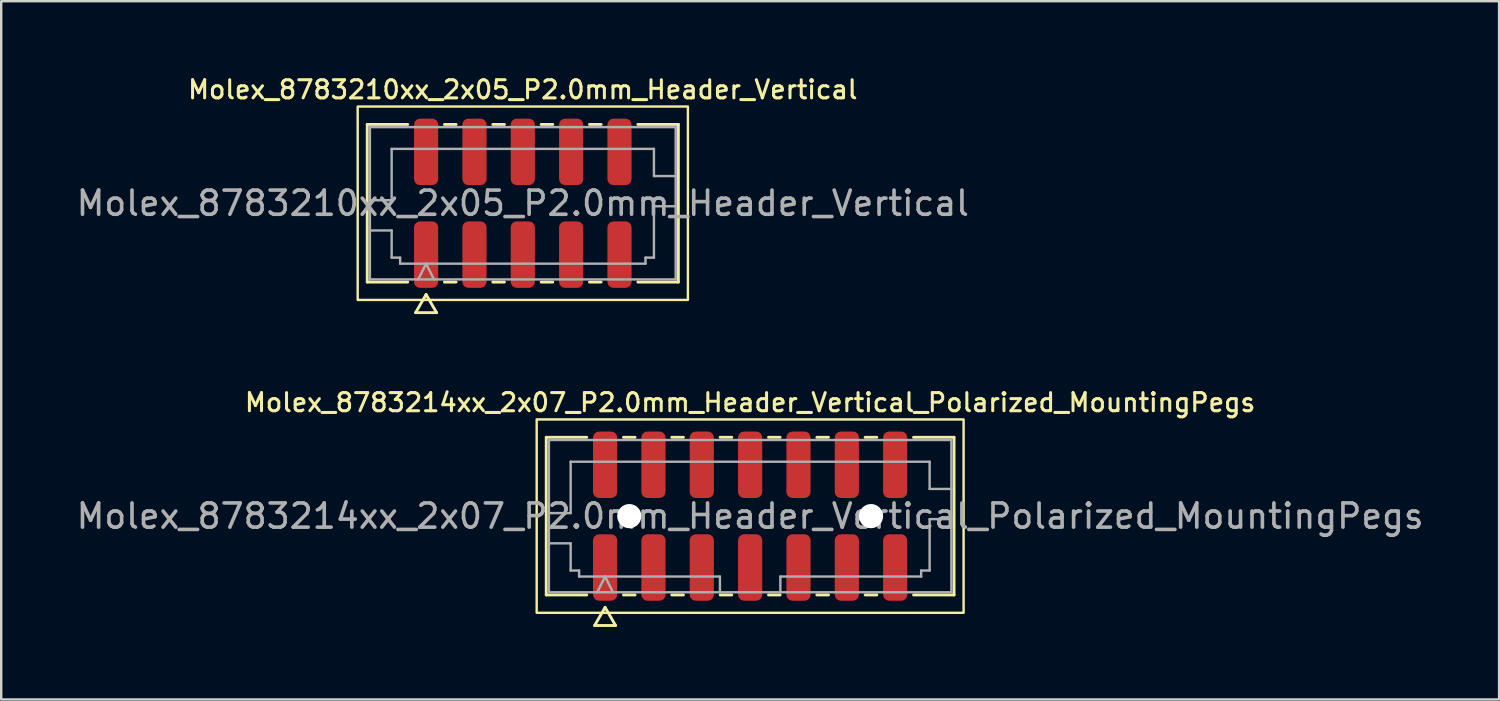
<source format=kicad_pcb>
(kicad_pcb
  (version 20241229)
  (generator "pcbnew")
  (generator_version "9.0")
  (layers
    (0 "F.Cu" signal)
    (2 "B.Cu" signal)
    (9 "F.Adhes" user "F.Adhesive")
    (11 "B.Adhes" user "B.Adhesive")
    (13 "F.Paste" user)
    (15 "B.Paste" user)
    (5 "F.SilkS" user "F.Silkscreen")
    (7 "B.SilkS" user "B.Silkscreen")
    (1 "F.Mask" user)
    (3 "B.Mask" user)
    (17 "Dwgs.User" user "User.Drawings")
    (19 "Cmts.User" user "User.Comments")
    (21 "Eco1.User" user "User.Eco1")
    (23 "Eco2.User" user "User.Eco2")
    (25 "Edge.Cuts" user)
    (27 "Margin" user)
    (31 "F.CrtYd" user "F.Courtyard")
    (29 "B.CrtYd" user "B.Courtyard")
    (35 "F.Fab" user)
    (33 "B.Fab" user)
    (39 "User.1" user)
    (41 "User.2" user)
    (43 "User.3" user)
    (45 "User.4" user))
  (footprint "Molex_8783214xx_2x07_P2.0mm_Header_Vertical_Polarized_MountingPegs"
    (layer "F.Cu")
    (at 27.982 18.301)
    (property "Reference" "Molex_8783214xx_2x07_P2.0mm_Header_Vertical_Polarized_MountingPegs" (at 0 -4.7 0) (layer "F.SilkS") (effects (font (size 0.75 0.75) (thickness 0.125))))
    (attr smd)
    (fp_line (start -8.435 -3.26) (end -6.76 -3.26) (stroke (width 0.12) (type solid)) (layer "F.SilkS"))
    (fp_line (start -8.435 3.26) (end -8.435 -3.26) (stroke (width 0.12) (type solid)) (layer "F.SilkS"))
    (fp_line (start -6.76 3.26) (end -8.435 3.26) (stroke (width 0.12) (type solid)) (layer "F.SilkS"))
    (fp_line (start -6.433 4.525) (end -6 3.775) (stroke (width 0.12) (type solid)) (layer "F.SilkS"))
    (fp_line (start -6 3.775) (end -5.567 4.525) (stroke (width 0.12) (type solid)) (layer "F.SilkS"))
    (fp_line (start -5.567 4.525) (end -6.433 4.525) (stroke (width 0.12) (type solid)) (layer "F.SilkS"))
    (fp_line (start -5.24 -3.26) (end -4.76 -3.26) (stroke (width 0.12) (type solid)) (layer "F.SilkS"))
    (fp_line (start -4.76 3.26) (end -5.24 3.26) (stroke (width 0.12) (type solid)) (layer "F.SilkS"))
    (fp_line (start -3.24 -3.26) (end -2.76 -3.26) (stroke (width 0.12) (type solid)) (layer "F.SilkS"))
    (fp_line (start -2.76 3.26) (end -3.24 3.26) (stroke (width 0.12) (type solid)) (layer "F.SilkS"))
    (fp_line (start -1.24 -3.26) (end -0.76 -3.26) (stroke (width 0.12) (type solid)) (layer "F.SilkS"))
    (fp_line (start -0.76 3.26) (end -1.24 3.26) (stroke (width 0.12) (type solid)) (layer "F.SilkS"))
    (fp_line (start 0.76 -3.26) (end 1.24 -3.26) (stroke (width 0.12) (type solid)) (layer "F.SilkS"))
    (fp_line (start 1.24 3.26) (end 0.76 3.26) (stroke (width 0.12) (type solid)) (layer "F.SilkS"))
    (fp_line (start 2.76 -3.26) (end 3.24 -3.26) (stroke (width 0.12) (type solid)) (layer "F.SilkS"))
    (fp_line (start 3.24 3.26) (end 2.76 3.26) (stroke (width 0.12) (type solid)) (layer "F.SilkS"))
    (fp_line (start 4.76 -3.26) (end 5.24 -3.26) (stroke (width 0.12) (type solid)) (layer "F.SilkS"))
    (fp_line (start 5.24 3.26) (end 4.76 3.26) (stroke (width 0.12) (type solid)) (layer "F.SilkS"))
    (fp_line (start 6.76 -3.26) (end 8.435 -3.26) (stroke (width 0.12) (type solid)) (layer "F.SilkS"))
    (fp_line (start 8.435 -3.26) (end 8.435 3.26) (stroke (width 0.12) (type solid)) (layer "F.SilkS"))
    (fp_line (start 8.435 3.26) (end 6.76 3.26) (stroke (width 0.12) (type solid)) (layer "F.SilkS"))
    (fp_rect (start -8.83 -4) (end 8.83 4) (stroke (width 0.1) (type solid)) (fill no) (layer "F.SilkS"))
    (fp_line (start -8.325 -3.15) (end 8.325 -3.15) (stroke (width 0.1) (type solid)) (layer "F.Fab"))
    (fp_line (start -8.325 -0.125) (end -7.425 -0.125) (stroke (width 0.1) (type solid)) (layer "F.Fab"))
    (fp_line (start -8.325 1.125) (end -7.425 1.125) (stroke (width 0.1) (type solid)) (layer "F.Fab"))
    (fp_line (start -8.325 3.15) (end -8.325 -3.15) (stroke (width 0.1) (type solid)) (layer "F.Fab"))
    (fp_line (start -7.425 -2.25) (end 7.425 -2.25) (stroke (width 0.1) (type solid)) (layer "F.Fab"))
    (fp_line (start -7.425 -0.125) (end -7.425 -2.25) (stroke (width 0.1) (type solid)) (layer "F.Fab"))
    (fp_line (start -7.425 1.125) (end -7.425 2.25) (stroke (width 0.1) (type solid)) (layer "F.Fab"))
    (fp_line (start -7.425 2.25) (end -7.075 2.25) (stroke (width 0.1) (type solid)) (layer "F.Fab"))
    (fp_line (start -7.075 2.25) (end -7.075 2.5) (stroke (width 0.1) (type solid)) (layer "F.Fab"))
    (fp_line (start -7.075 2.5) (end -1.25 2.5) (stroke (width 0.1) (type solid)) (layer "F.Fab"))
    (fp_line (start -6.325 3.15) (end -6 2.5) (stroke (width 0.1) (type solid)) (layer "F.Fab"))
    (fp_line (start -6 2.5) (end -5.675 3.15) (stroke (width 0.1) (type solid)) (layer "F.Fab"))
    (fp_line (start -1.25 2.5) (end -1.25 3.15) (stroke (width 0.1) (type solid)) (layer "F.Fab"))
    (fp_line (start 1.25 2.5) (end 1.25 3.15) (stroke (width 0.1) (type solid)) (layer "F.Fab"))
    (fp_line (start 1.25 2.5) (end 7.075 2.5) (stroke (width 0.1) (type solid)) (layer "F.Fab"))
    (fp_line (start 7.075 2.25) (end 7.425 2.25) (stroke (width 0.1) (type solid)) (layer "F.Fab"))
    (fp_line (start 7.075 2.5) (end 7.075 2.25) (stroke (width 0.1) (type solid)) (layer "F.Fab"))
    (fp_line (start 7.425 -2.25) (end 7.425 -1.125) (stroke (width 0.1) (type solid)) (layer "F.Fab"))
    (fp_line (start 7.425 -1.125) (end 8.325 -1.125) (stroke (width 0.1) (type solid)) (layer "F.Fab"))
    (fp_line (start 7.425 0.125) (end 8.325 0.125) (stroke (width 0.1) (type solid)) (layer "F.Fab"))
    (fp_line (start 7.425 2.25) (end 7.425 0.125) (stroke (width 0.1) (type solid)) (layer "F.Fab"))
    (fp_line (start 8.325 -3.15) (end 8.325 3.15) (stroke (width 0.1) (type solid)) (layer "F.Fab"))
    (fp_line (start 8.325 3.15) (end -8.325 3.15) (stroke (width 0.1) (type solid)) (layer "F.Fab"))
    (fp_text user "${REFERENCE}" (at 0 0 0) (layer "F.Fab") (effects (font (size 1 1) (thickness 0.15))))
    (pad "" np_thru_hole circle (at -5 0) (size 1 1) (drill 1) (layers "*.Cu" "*.Mask"))
    (pad "" np_thru_hole circle (at 5 0) (size 1 1) (drill 1) (layers "*.Cu" "*.Mask"))
    (pad "1" smd roundrect (at -6 2.125) (size 1 2.75) (layers "F.Cu" "F.Mask" "F.Paste") (roundrect_rratio 0.25))
    (pad "2" smd roundrect (at -6 -2.125) (size 1 2.75) (layers "F.Cu" "F.Mask" "F.Paste") (roundrect_rratio 0.25))
    (pad "3" smd roundrect (at -4 2.125) (size 1 2.75) (layers "F.Cu" "F.Mask" "F.Paste") (roundrect_rratio 0.25))
    (pad "4" smd roundrect (at -4 -2.125) (size 1 2.75) (layers "F.Cu" "F.Mask" "F.Paste") (roundrect_rratio 0.25))
    (pad "5" smd roundrect (at -2 2.125) (size 1 2.75) (layers "F.Cu" "F.Mask" "F.Paste") (roundrect_rratio 0.25))
    (pad "6" smd roundrect (at -2 -2.125) (size 1 2.75) (layers "F.Cu" "F.Mask" "F.Paste") (roundrect_rratio 0.25))
    (pad "7" smd roundrect (at 0 2.125) (size 1 2.75) (layers "F.Cu" "F.Mask" "F.Paste") (roundrect_rratio 0.25))
    (pad "8" smd roundrect (at 0 -2.125) (size 1 2.75) (layers "F.Cu" "F.Mask" "F.Paste") (roundrect_rratio 0.25))
    (pad "9" smd roundrect (at 2 2.125) (size 1 2.75) (layers "F.Cu" "F.Mask" "F.Paste") (roundrect_rratio 0.25))
    (pad "10" smd roundrect (at 2 -2.125) (size 1 2.75) (layers "F.Cu" "F.Mask" "F.Paste") (roundrect_rratio 0.25))
    (pad "11" smd roundrect (at 4 2.125) (size 1 2.75) (layers "F.Cu" "F.Mask" "F.Paste") (roundrect_rratio 0.25))
    (pad "12" smd roundrect (at 4 -2.125) (size 1 2.75) (layers "F.Cu" "F.Mask" "F.Paste") (roundrect_rratio 0.25))
    (pad "13" smd roundrect (at 6 2.125) (size 1 2.75) (layers "F.Cu" "F.Mask" "F.Paste") (roundrect_rratio 0.25))
    (pad "14" smd roundrect (at 6 -2.125) (size 1 2.75) (layers "F.Cu" "F.Mask" "F.Paste") (roundrect_rratio 0.25)))
  (footprint "Molex_8783210xx_2x05_P2.0mm_Header_Vertical"
    (layer "F.Cu")
    (at 18.577 5.358)
    (property "Reference" "Molex_8783210xx_2x05_P2.0mm_Header_Vertical" (at 0 -4.7 0) (layer "F.SilkS") (effects (font (size 0.75 0.75) (thickness 0.125))))
    (attr smd)
    (fp_line (start -6.435 -3.26) (end -4.76 -3.26) (stroke (width 0.12) (type solid)) (layer "F.SilkS"))
    (fp_line (start -6.435 3.26) (end -6.435 -3.26) (stroke (width 0.12) (type solid)) (layer "F.SilkS"))
    (fp_line (start -4.76 3.26) (end -6.435 3.26) (stroke (width 0.12) (type solid)) (layer "F.SilkS"))
    (fp_line (start -4.433 4.525) (end -4 3.775) (stroke (width 0.12) (type solid)) (layer "F.SilkS"))
    (fp_line (start -4 3.775) (end -3.567 4.525) (stroke (width 0.12) (type solid)) (layer "F.SilkS"))
    (fp_line (start -3.567 4.525) (end -4.433 4.525) (stroke (width 0.12) (type solid)) (layer "F.SilkS"))
    (fp_line (start -3.24 -3.26) (end -2.76 -3.26) (stroke (width 0.12) (type solid)) (layer "F.SilkS"))
    (fp_line (start -2.76 3.26) (end -3.24 3.26) (stroke (width 0.12) (type solid)) (layer "F.SilkS"))
    (fp_line (start -1.24 -3.26) (end -0.76 -3.26) (stroke (width 0.12) (type solid)) (layer "F.SilkS"))
    (fp_line (start -0.76 3.26) (end -1.24 3.26) (stroke (width 0.12) (type solid)) (layer "F.SilkS"))
    (fp_line (start 0.76 -3.26) (end 1.24 -3.26) (stroke (width 0.12) (type solid)) (layer "F.SilkS"))
    (fp_line (start 1.24 3.26) (end 0.76 3.26) (stroke (width 0.12) (type solid)) (layer "F.SilkS"))
    (fp_line (start 2.76 -3.26) (end 3.24 -3.26) (stroke (width 0.12) (type solid)) (layer "F.SilkS"))
    (fp_line (start 3.24 3.26) (end 2.76 3.26) (stroke (width 0.12) (type solid)) (layer "F.SilkS"))
    (fp_line (start 4.76 -3.26) (end 6.435 -3.26) (stroke (width 0.12) (type solid)) (layer "F.SilkS"))
    (fp_line (start 6.435 -3.26) (end 6.435 3.26) (stroke (width 0.12) (type solid)) (layer "F.SilkS"))
    (fp_line (start 6.435 3.26) (end 4.76 3.26) (stroke (width 0.12) (type solid)) (layer "F.SilkS"))
    (fp_rect (start -6.83 -4) (end 6.83 4) (stroke (width 0.1) (type solid)) (fill no) (layer "F.SilkS"))
    (fp_line (start -6.325 -3.15) (end 6.325 -3.15) (stroke (width 0.1) (type solid)) (layer "F.Fab"))
    (fp_line (start -6.325 -0.125) (end -5.425 -0.125) (stroke (width 0.1) (type solid)) (layer "F.Fab"))
    (fp_line (start -6.325 1.125) (end -5.425 1.125) (stroke (width 0.1) (type solid)) (layer "F.Fab"))
    (fp_line (start -6.325 3.15) (end -6.325 -3.15) (stroke (width 0.1) (type solid)) (layer "F.Fab"))
    (fp_line (start -5.425 -2.25) (end 5.425 -2.25) (stroke (width 0.1) (type solid)) (layer "F.Fab"))
    (fp_line (start -5.425 -0.125) (end -5.425 -2.25) (stroke (width 0.1) (type solid)) (layer "F.Fab"))
    (fp_line (start -5.425 1.125) (end -5.425 2.25) (stroke (width 0.1) (type solid)) (layer "F.Fab"))
    (fp_line (start -5.425 2.25) (end -5.075 2.25) (stroke (width 0.1) (type solid)) (layer "F.Fab"))
    (fp_line (start -5.075 2.25) (end -5.075 2.5) (stroke (width 0.1) (type solid)) (layer "F.Fab"))
    (fp_line (start -5.075 2.5) (end 0 2.5) (stroke (width 0.1) (type solid)) (layer "F.Fab"))
    (fp_line (start -4.325 3.15) (end -4 2.5) (stroke (width 0.1) (type solid)) (layer "F.Fab"))
    (fp_line (start -4 2.5) (end -3.675 3.15) (stroke (width 0.1) (type solid)) (layer "F.Fab"))
    (fp_line (start 0 2.5) (end 5.075 2.5) (stroke (width 0.1) (type solid)) (layer "F.Fab"))
    (fp_line (start 5.075 2.25) (end 5.425 2.25) (stroke (width 0.1) (type solid)) (layer "F.Fab"))
    (fp_line (start 5.075 2.5) (end 5.075 2.25) (stroke (width 0.1) (type solid)) (layer "F.Fab"))
    (fp_line (start 5.425 -2.25) (end 5.425 -1.125) (stroke (width 0.1) (type solid)) (layer "F.Fab"))
    (fp_line (start 5.425 -1.125) (end 6.325 -1.125) (stroke (width 0.1) (type solid)) (layer "F.Fab"))
    (fp_line (start 5.425 0.125) (end 6.325 0.125) (stroke (width 0.1) (type solid)) (layer "F.Fab"))
    (fp_line (start 5.425 2.25) (end 5.425 0.125) (stroke (width 0.1) (type solid)) (layer "F.Fab"))
    (fp_line (start 6.325 -3.15) (end 6.325 3.15) (stroke (width 0.1) (type solid)) (layer "F.Fab"))
    (fp_line (start 6.325 3.15) (end -6.325 3.15) (stroke (width 0.1) (type solid)) (layer "F.Fab"))
    (fp_text user "${REFERENCE}" (at 0 0 0) (layer "F.Fab") (effects (font (size 1 1) (thickness 0.15))))
    (pad "1" smd roundrect (at -4 2.125) (size 1 2.75) (layers "F.Cu" "F.Mask" "F.Paste") (roundrect_rratio 0.25))
    (pad "2" smd roundrect (at -4 -2.125) (size 1 2.75) (layers "F.Cu" "F.Mask" "F.Paste") (roundrect_rratio 0.25))
    (pad "3" smd roundrect (at -2 2.125) (size 1 2.75) (layers "F.Cu" "F.Mask" "F.Paste") (roundrect_rratio 0.25))
    (pad "4" smd roundrect (at -2 -2.125) (size 1 2.75) (layers "F.Cu" "F.Mask" "F.Paste") (roundrect_rratio 0.25))
    (pad "5" smd roundrect (at 0 2.125) (size 1 2.75) (layers "F.Cu" "F.Mask" "F.Paste") (roundrect_rratio 0.25))
    (pad "6" smd roundrect (at 0 -2.125) (size 1 2.75) (layers "F.Cu" "F.Mask" "F.Paste") (roundrect_rratio 0.25))
    (pad "7" smd roundrect (at 2 2.125) (size 1 2.75) (layers "F.Cu" "F.Mask" "F.Paste") (roundrect_rratio 0.25))
    (pad "8" smd roundrect (at 2 -2.125) (size 1 2.75) (layers "F.Cu" "F.Mask" "F.Paste") (roundrect_rratio 0.25))
    (pad "9" smd roundrect (at 4 2.125) (size 1 2.75) (layers "F.Cu" "F.Mask" "F.Paste") (roundrect_rratio 0.25))
    (pad "10" smd roundrect (at 4 -2.125) (size 1 2.75) (layers "F.Cu" "F.Mask" "F.Paste") (roundrect_rratio 0.25)))
  (gr_rect
    (start -3 -3)
    (end 58.964 25.886)
    (stroke (width 0.1) (type default))
    (fill no)
    (layer "Edge.Cuts")))
</source>
